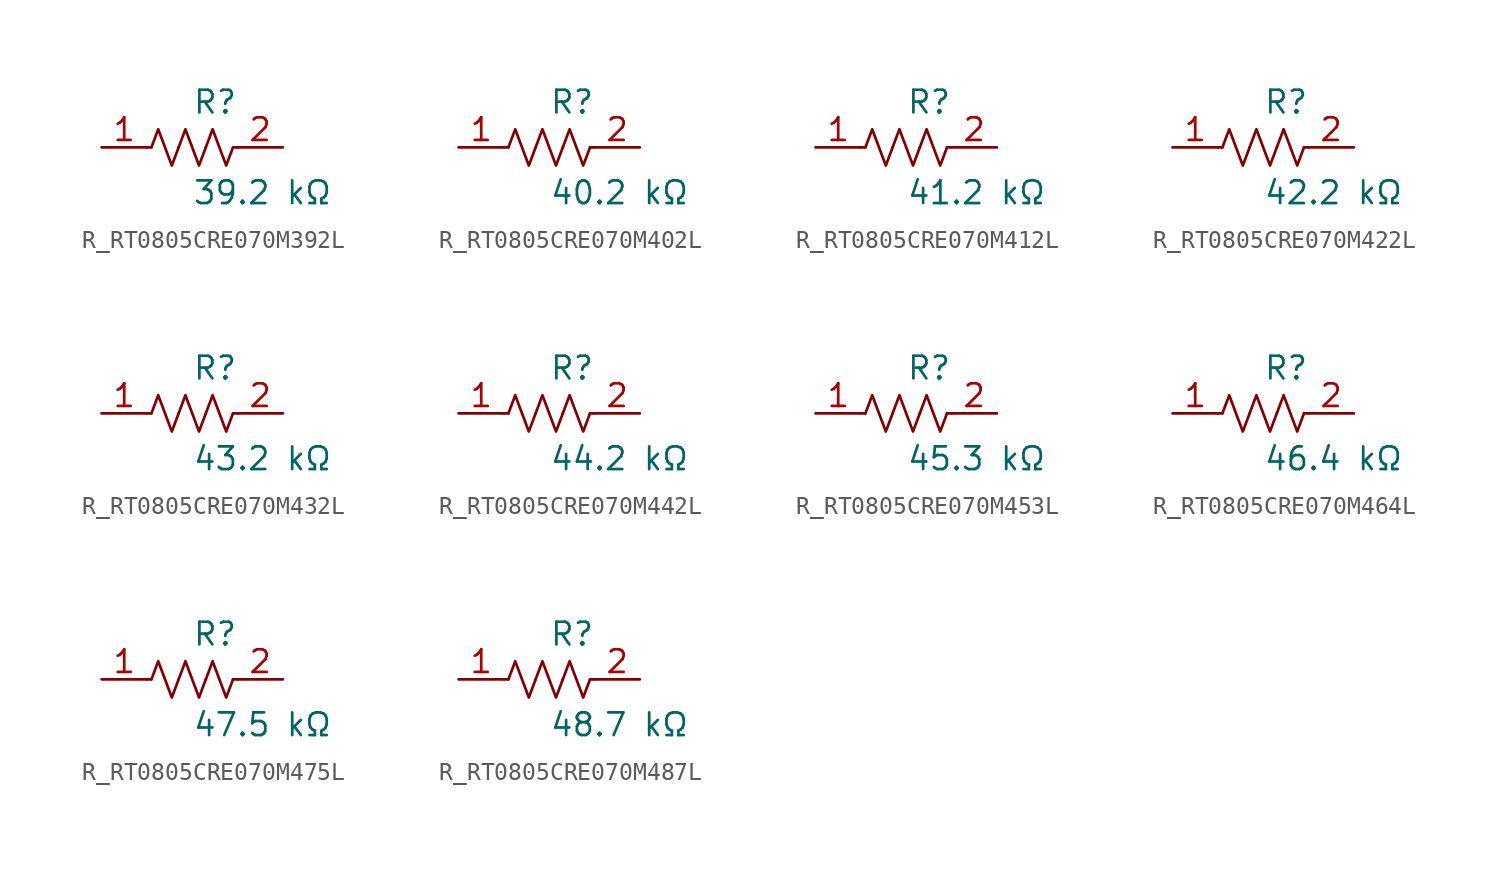
<source format=kicad_sym>
(kicad_symbol_lib
  (version 20231120)
  (generator kicad_symbol_editor)
  (generator_version 8.0)
  (symbol "R_RT0805CRE070M392L"
    (pin_names
      (offset 0.254))
    (property "Reference" "R"
      (at 0.0 2.54 0)
      (effects (font (size 1.27 1.27)) (justify left)))
    (property "Value" "39.2 kΩ"
      (at 0.0 -2.54 0)
      (effects (font (size 1.27 1.27)) (justify left)))
    (symbol "R_RT0805CRE070M392L_0_1"
      (polyline (pts (xy 2.286 0) (xy 2.54 0)) (stroke (width 0) (type default)) (fill (type none)))
      (polyline (pts (xy -2.286 0) (xy -2.54 0)) (stroke (width 0) (type default)) (fill (type none)))
      (polyline (pts (xy 0.762 0) (xy 1.143 1.016) (xy 1.524 0) (xy 1.905 -1.016) (xy 2.286 0)) (stroke (width 0) (type default)) (fill (type none)))
      (polyline (pts (xy -0.762 0) (xy -0.381 1.016) (xy 0 0) (xy 0.381 -1.016) (xy 0.762 0)) (stroke (width 0) (type default)) (fill (type none)))
      (polyline (pts (xy -2.286 0) (xy -1.905 1.016) (xy -1.524 0) (xy -1.143 -1.016) (xy -0.762 0)) (stroke (width 0) (type default)) (fill (type none))))
    (pin unspecified line
      (at -5.08 0 0)
      (length 2.54)
      (name "" (effects (font (size 1.27 1.27))))
      (number "1" (effects (font (size 1.27 1.27)))))
    (pin unspecified line
      (at 5.08 0 180)
      (length 2.54)
      (name "" (effects (font (size 1.27 1.27))))
      (number "2" (effects (font (size 1.27 1.27))))))
  (symbol "R_RT0805CRE070M402L"
    (pin_names
      (offset 0.254))
    (property "Reference" "R"
      (at 0.0 2.54 0)
      (effects (font (size 1.27 1.27)) (justify left)))
    (property "Value" "40.2 kΩ"
      (at 0.0 -2.54 0)
      (effects (font (size 1.27 1.27)) (justify left)))
    (symbol "R_RT0805CRE070M402L_0_1"
      (polyline (pts (xy 2.286 0) (xy 2.54 0)) (stroke (width 0) (type default)) (fill (type none)))
      (polyline (pts (xy -2.286 0) (xy -2.54 0)) (stroke (width 0) (type default)) (fill (type none)))
      (polyline (pts (xy 0.762 0) (xy 1.143 1.016) (xy 1.524 0) (xy 1.905 -1.016) (xy 2.286 0)) (stroke (width 0) (type default)) (fill (type none)))
      (polyline (pts (xy -0.762 0) (xy -0.381 1.016) (xy 0 0) (xy 0.381 -1.016) (xy 0.762 0)) (stroke (width 0) (type default)) (fill (type none)))
      (polyline (pts (xy -2.286 0) (xy -1.905 1.016) (xy -1.524 0) (xy -1.143 -1.016) (xy -0.762 0)) (stroke (width 0) (type default)) (fill (type none))))
    (pin unspecified line
      (at -5.08 0 0)
      (length 2.54)
      (name "" (effects (font (size 1.27 1.27))))
      (number "1" (effects (font (size 1.27 1.27)))))
    (pin unspecified line
      (at 5.08 0 180)
      (length 2.54)
      (name "" (effects (font (size 1.27 1.27))))
      (number "2" (effects (font (size 1.27 1.27))))))
  (symbol "R_RT0805CRE070M412L"
    (pin_names
      (offset 0.254))
    (property "Reference" "R"
      (at 0.0 2.54 0)
      (effects (font (size 1.27 1.27)) (justify left)))
    (property "Value" "41.2 kΩ"
      (at 0.0 -2.54 0)
      (effects (font (size 1.27 1.27)) (justify left)))
    (symbol "R_RT0805CRE070M412L_0_1"
      (polyline (pts (xy 2.286 0) (xy 2.54 0)) (stroke (width 0) (type default)) (fill (type none)))
      (polyline (pts (xy -2.286 0) (xy -2.54 0)) (stroke (width 0) (type default)) (fill (type none)))
      (polyline (pts (xy 0.762 0) (xy 1.143 1.016) (xy 1.524 0) (xy 1.905 -1.016) (xy 2.286 0)) (stroke (width 0) (type default)) (fill (type none)))
      (polyline (pts (xy -0.762 0) (xy -0.381 1.016) (xy 0 0) (xy 0.381 -1.016) (xy 0.762 0)) (stroke (width 0) (type default)) (fill (type none)))
      (polyline (pts (xy -2.286 0) (xy -1.905 1.016) (xy -1.524 0) (xy -1.143 -1.016) (xy -0.762 0)) (stroke (width 0) (type default)) (fill (type none))))
    (pin unspecified line
      (at -5.08 0 0)
      (length 2.54)
      (name "" (effects (font (size 1.27 1.27))))
      (number "1" (effects (font (size 1.27 1.27)))))
    (pin unspecified line
      (at 5.08 0 180)
      (length 2.54)
      (name "" (effects (font (size 1.27 1.27))))
      (number "2" (effects (font (size 1.27 1.27))))))
  (symbol "R_RT0805CRE070M422L"
    (pin_names
      (offset 0.254))
    (property "Reference" "R"
      (at 0.0 2.54 0)
      (effects (font (size 1.27 1.27)) (justify left)))
    (property "Value" "42.2 kΩ"
      (at 0.0 -2.54 0)
      (effects (font (size 1.27 1.27)) (justify left)))
    (symbol "R_RT0805CRE070M422L_0_1"
      (polyline (pts (xy 2.286 0) (xy 2.54 0)) (stroke (width 0) (type default)) (fill (type none)))
      (polyline (pts (xy -2.286 0) (xy -2.54 0)) (stroke (width 0) (type default)) (fill (type none)))
      (polyline (pts (xy 0.762 0) (xy 1.143 1.016) (xy 1.524 0) (xy 1.905 -1.016) (xy 2.286 0)) (stroke (width 0) (type default)) (fill (type none)))
      (polyline (pts (xy -0.762 0) (xy -0.381 1.016) (xy 0 0) (xy 0.381 -1.016) (xy 0.762 0)) (stroke (width 0) (type default)) (fill (type none)))
      (polyline (pts (xy -2.286 0) (xy -1.905 1.016) (xy -1.524 0) (xy -1.143 -1.016) (xy -0.762 0)) (stroke (width 0) (type default)) (fill (type none))))
    (pin unspecified line
      (at -5.08 0 0)
      (length 2.54)
      (name "" (effects (font (size 1.27 1.27))))
      (number "1" (effects (font (size 1.27 1.27)))))
    (pin unspecified line
      (at 5.08 0 180)
      (length 2.54)
      (name "" (effects (font (size 1.27 1.27))))
      (number "2" (effects (font (size 1.27 1.27))))))
  (symbol "R_RT0805CRE070M432L"
    (pin_names
      (offset 0.254))
    (property "Reference" "R"
      (at 0.0 2.54 0)
      (effects (font (size 1.27 1.27)) (justify left)))
    (property "Value" "43.2 kΩ"
      (at 0.0 -2.54 0)
      (effects (font (size 1.27 1.27)) (justify left)))
    (symbol "R_RT0805CRE070M432L_0_1"
      (polyline (pts (xy 2.286 0) (xy 2.54 0)) (stroke (width 0) (type default)) (fill (type none)))
      (polyline (pts (xy -2.286 0) (xy -2.54 0)) (stroke (width 0) (type default)) (fill (type none)))
      (polyline (pts (xy 0.762 0) (xy 1.143 1.016) (xy 1.524 0) (xy 1.905 -1.016) (xy 2.286 0)) (stroke (width 0) (type default)) (fill (type none)))
      (polyline (pts (xy -0.762 0) (xy -0.381 1.016) (xy 0 0) (xy 0.381 -1.016) (xy 0.762 0)) (stroke (width 0) (type default)) (fill (type none)))
      (polyline (pts (xy -2.286 0) (xy -1.905 1.016) (xy -1.524 0) (xy -1.143 -1.016) (xy -0.762 0)) (stroke (width 0) (type default)) (fill (type none))))
    (pin unspecified line
      (at -5.08 0 0)
      (length 2.54)
      (name "" (effects (font (size 1.27 1.27))))
      (number "1" (effects (font (size 1.27 1.27)))))
    (pin unspecified line
      (at 5.08 0 180)
      (length 2.54)
      (name "" (effects (font (size 1.27 1.27))))
      (number "2" (effects (font (size 1.27 1.27))))))
  (symbol "R_RT0805CRE070M442L"
    (pin_names
      (offset 0.254))
    (property "Reference" "R"
      (at 0.0 2.54 0)
      (effects (font (size 1.27 1.27)) (justify left)))
    (property "Value" "44.2 kΩ"
      (at 0.0 -2.54 0)
      (effects (font (size 1.27 1.27)) (justify left)))
    (symbol "R_RT0805CRE070M442L_0_1"
      (polyline (pts (xy 2.286 0) (xy 2.54 0)) (stroke (width 0) (type default)) (fill (type none)))
      (polyline (pts (xy -2.286 0) (xy -2.54 0)) (stroke (width 0) (type default)) (fill (type none)))
      (polyline (pts (xy 0.762 0) (xy 1.143 1.016) (xy 1.524 0) (xy 1.905 -1.016) (xy 2.286 0)) (stroke (width 0) (type default)) (fill (type none)))
      (polyline (pts (xy -0.762 0) (xy -0.381 1.016) (xy 0 0) (xy 0.381 -1.016) (xy 0.762 0)) (stroke (width 0) (type default)) (fill (type none)))
      (polyline (pts (xy -2.286 0) (xy -1.905 1.016) (xy -1.524 0) (xy -1.143 -1.016) (xy -0.762 0)) (stroke (width 0) (type default)) (fill (type none))))
    (pin unspecified line
      (at -5.08 0 0)
      (length 2.54)
      (name "" (effects (font (size 1.27 1.27))))
      (number "1" (effects (font (size 1.27 1.27)))))
    (pin unspecified line
      (at 5.08 0 180)
      (length 2.54)
      (name "" (effects (font (size 1.27 1.27))))
      (number "2" (effects (font (size 1.27 1.27))))))
  (symbol "R_RT0805CRE070M453L"
    (pin_names
      (offset 0.254))
    (property "Reference" "R"
      (at 0.0 2.54 0)
      (effects (font (size 1.27 1.27)) (justify left)))
    (property "Value" "45.3 kΩ"
      (at 0.0 -2.54 0)
      (effects (font (size 1.27 1.27)) (justify left)))
    (symbol "R_RT0805CRE070M453L_0_1"
      (polyline (pts (xy 2.286 0) (xy 2.54 0)) (stroke (width 0) (type default)) (fill (type none)))
      (polyline (pts (xy -2.286 0) (xy -2.54 0)) (stroke (width 0) (type default)) (fill (type none)))
      (polyline (pts (xy 0.762 0) (xy 1.143 1.016) (xy 1.524 0) (xy 1.905 -1.016) (xy 2.286 0)) (stroke (width 0) (type default)) (fill (type none)))
      (polyline (pts (xy -0.762 0) (xy -0.381 1.016) (xy 0 0) (xy 0.381 -1.016) (xy 0.762 0)) (stroke (width 0) (type default)) (fill (type none)))
      (polyline (pts (xy -2.286 0) (xy -1.905 1.016) (xy -1.524 0) (xy -1.143 -1.016) (xy -0.762 0)) (stroke (width 0) (type default)) (fill (type none))))
    (pin unspecified line
      (at -5.08 0 0)
      (length 2.54)
      (name "" (effects (font (size 1.27 1.27))))
      (number "1" (effects (font (size 1.27 1.27)))))
    (pin unspecified line
      (at 5.08 0 180)
      (length 2.54)
      (name "" (effects (font (size 1.27 1.27))))
      (number "2" (effects (font (size 1.27 1.27))))))
  (symbol "R_RT0805CRE070M464L"
    (pin_names
      (offset 0.254))
    (property "Reference" "R"
      (at 0.0 2.54 0)
      (effects (font (size 1.27 1.27)) (justify left)))
    (property "Value" "46.4 kΩ"
      (at 0.0 -2.54 0)
      (effects (font (size 1.27 1.27)) (justify left)))
    (symbol "R_RT0805CRE070M464L_0_1"
      (polyline (pts (xy 2.286 0) (xy 2.54 0)) (stroke (width 0) (type default)) (fill (type none)))
      (polyline (pts (xy -2.286 0) (xy -2.54 0)) (stroke (width 0) (type default)) (fill (type none)))
      (polyline (pts (xy 0.762 0) (xy 1.143 1.016) (xy 1.524 0) (xy 1.905 -1.016) (xy 2.286 0)) (stroke (width 0) (type default)) (fill (type none)))
      (polyline (pts (xy -0.762 0) (xy -0.381 1.016) (xy 0 0) (xy 0.381 -1.016) (xy 0.762 0)) (stroke (width 0) (type default)) (fill (type none)))
      (polyline (pts (xy -2.286 0) (xy -1.905 1.016) (xy -1.524 0) (xy -1.143 -1.016) (xy -0.762 0)) (stroke (width 0) (type default)) (fill (type none))))
    (pin unspecified line
      (at -5.08 0 0)
      (length 2.54)
      (name "" (effects (font (size 1.27 1.27))))
      (number "1" (effects (font (size 1.27 1.27)))))
    (pin unspecified line
      (at 5.08 0 180)
      (length 2.54)
      (name "" (effects (font (size 1.27 1.27))))
      (number "2" (effects (font (size 1.27 1.27))))))
  (symbol "R_RT0805CRE070M475L"
    (pin_names
      (offset 0.254))
    (property "Reference" "R"
      (at 0.0 2.54 0)
      (effects (font (size 1.27 1.27)) (justify left)))
    (property "Value" "47.5 kΩ"
      (at 0.0 -2.54 0)
      (effects (font (size 1.27 1.27)) (justify left)))
    (symbol "R_RT0805CRE070M475L_0_1"
      (polyline (pts (xy 2.286 0) (xy 2.54 0)) (stroke (width 0) (type default)) (fill (type none)))
      (polyline (pts (xy -2.286 0) (xy -2.54 0)) (stroke (width 0) (type default)) (fill (type none)))
      (polyline (pts (xy 0.762 0) (xy 1.143 1.016) (xy 1.524 0) (xy 1.905 -1.016) (xy 2.286 0)) (stroke (width 0) (type default)) (fill (type none)))
      (polyline (pts (xy -0.762 0) (xy -0.381 1.016) (xy 0 0) (xy 0.381 -1.016) (xy 0.762 0)) (stroke (width 0) (type default)) (fill (type none)))
      (polyline (pts (xy -2.286 0) (xy -1.905 1.016) (xy -1.524 0) (xy -1.143 -1.016) (xy -0.762 0)) (stroke (width 0) (type default)) (fill (type none))))
    (pin unspecified line
      (at -5.08 0 0)
      (length 2.54)
      (name "" (effects (font (size 1.27 1.27))))
      (number "1" (effects (font (size 1.27 1.27)))))
    (pin unspecified line
      (at 5.08 0 180)
      (length 2.54)
      (name "" (effects (font (size 1.27 1.27))))
      (number "2" (effects (font (size 1.27 1.27))))))
  (symbol "R_RT0805CRE070M487L"
    (pin_names
      (offset 0.254))
    (property "Reference" "R"
      (at 0.0 2.54 0)
      (effects (font (size 1.27 1.27)) (justify left)))
    (property "Value" "48.7 kΩ"
      (at 0.0 -2.54 0)
      (effects (font (size 1.27 1.27)) (justify left)))
    (symbol "R_RT0805CRE070M487L_0_1"
      (polyline (pts (xy 2.286 0) (xy 2.54 0)) (stroke (width 0) (type default)) (fill (type none)))
      (polyline (pts (xy -2.286 0) (xy -2.54 0)) (stroke (width 0) (type default)) (fill (type none)))
      (polyline (pts (xy 0.762 0) (xy 1.143 1.016) (xy 1.524 0) (xy 1.905 -1.016) (xy 2.286 0)) (stroke (width 0) (type default)) (fill (type none)))
      (polyline (pts (xy -0.762 0) (xy -0.381 1.016) (xy 0 0) (xy 0.381 -1.016) (xy 0.762 0)) (stroke (width 0) (type default)) (fill (type none)))
      (polyline (pts (xy -2.286 0) (xy -1.905 1.016) (xy -1.524 0) (xy -1.143 -1.016) (xy -0.762 0)) (stroke (width 0) (type default)) (fill (type none))))
    (pin unspecified line
      (at -5.08 0 0)
      (length 2.54)
      (name "" (effects (font (size 1.27 1.27))))
      (number "1" (effects (font (size 1.27 1.27)))))
    (pin unspecified line
      (at 5.08 0 180)
      (length 2.54)
      (name "" (effects (font (size 1.27 1.27))))
      (number "2" (effects (font (size 1.27 1.27)))))))
</source>
